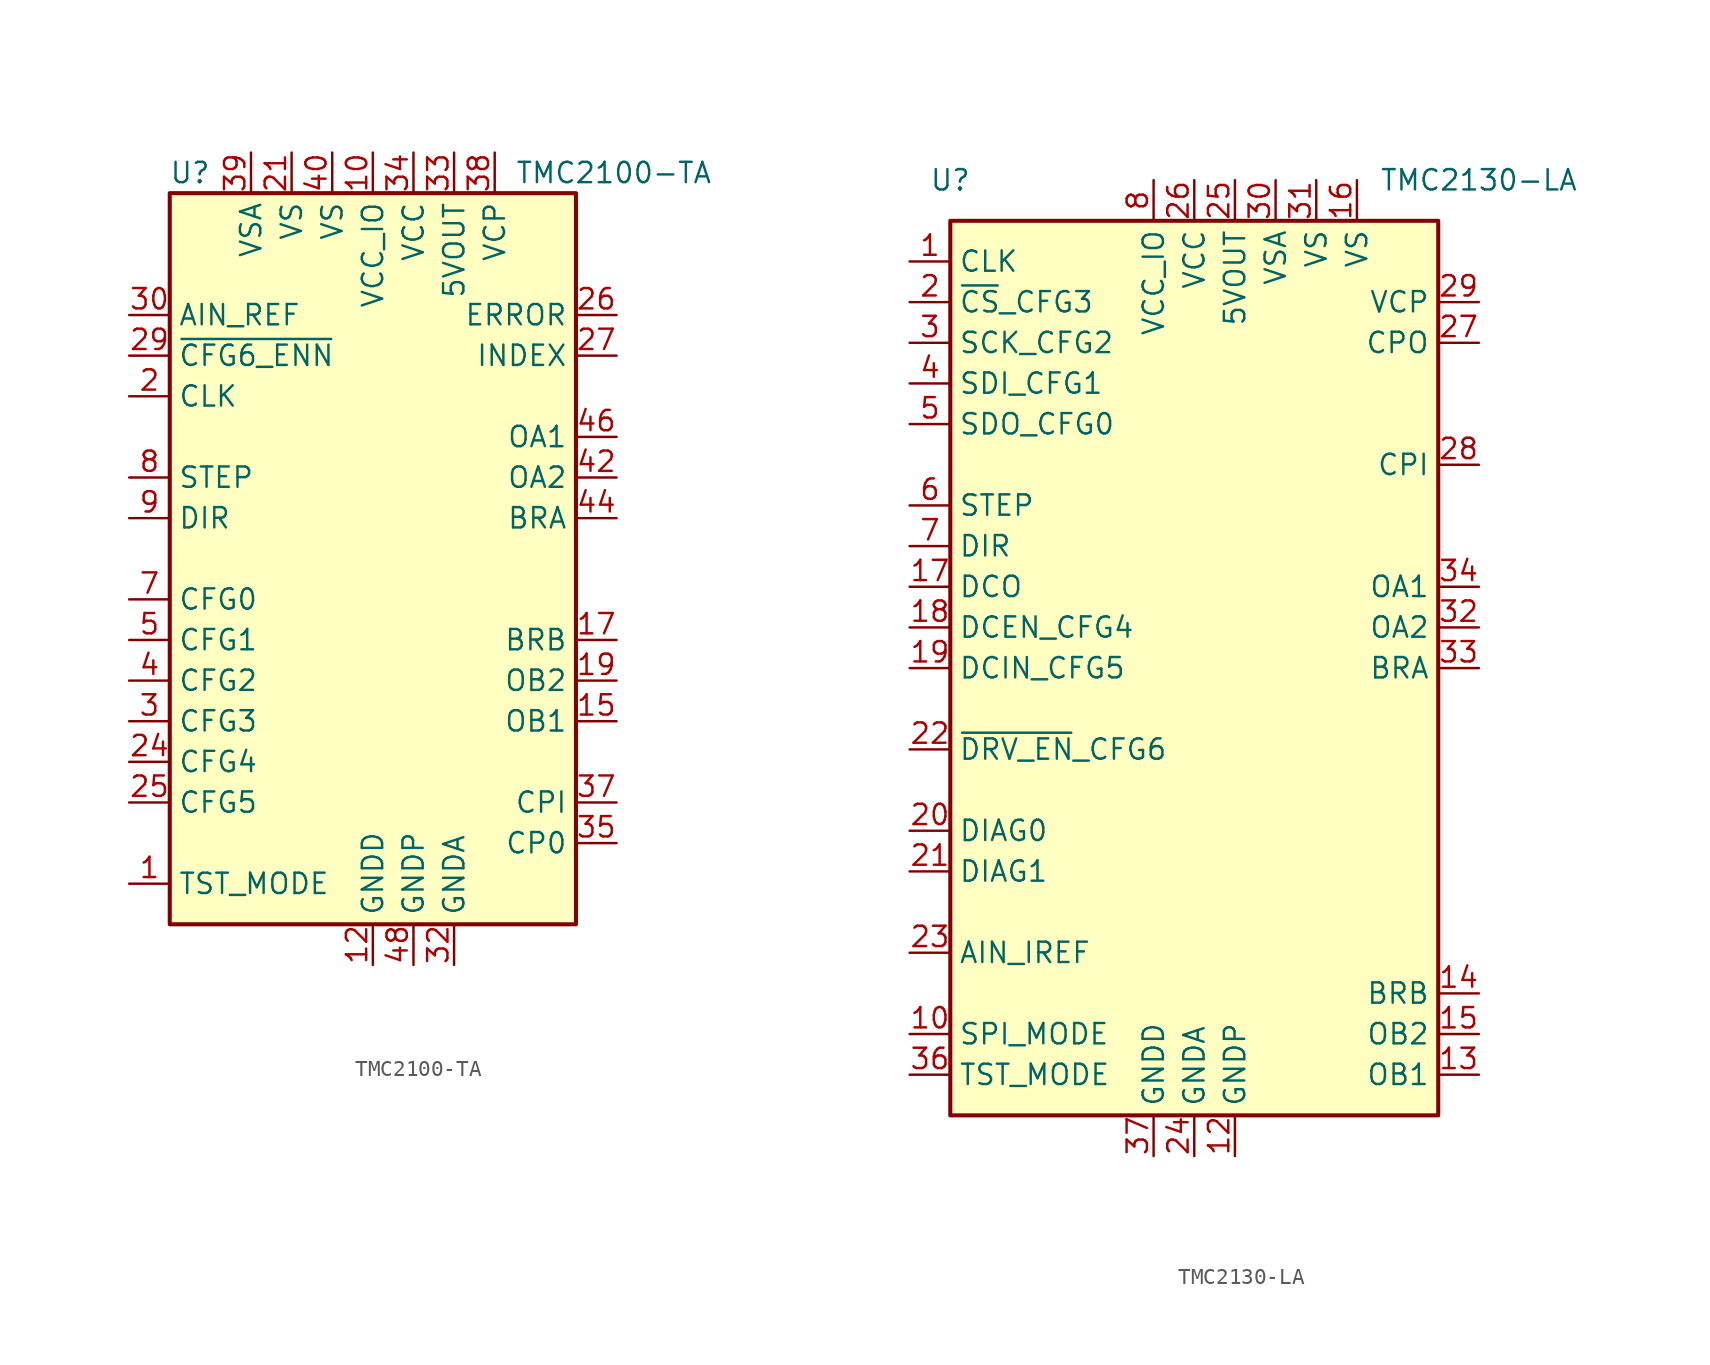
<source format=kicad_sym>
(kicad_symbol_lib
  (version 20201005)
  (generator kicad_symbol_editor)
  (symbol "TMC2100-TA"
    (property "Reference" "U"
      (at -11.43 24.13 0)
      (effects (font (size 1.27 1.27))))
    (property "Value" "TMC2100-TA"
      (at 8.89 24.13 0)
      (effects (font (size 1.27 1.27)) (justify left)))
    (symbol "TMC2100-TA_0_1"
      (rectangle (start -12.7 22.86) (end 12.7 -22.86) (stroke (width 0.254)) (fill (type background))))
    (symbol "TMC2100-TA_1_1"
      (pin input line (at -15.24 -20.32 0) (length 2.54) (name "TST_MODE" (effects (font (size 1.27 1.27)))) (number "1" (effects (font (size 1.27 1.27)))))
      (pin power_in line (at 0 25.4 270) (length 2.54) (name "VCC_IO" (effects (font (size 1.27 1.27)))) (number "10" (effects (font (size 1.27 1.27)))))
      (pin no_connect line (at -12.7 17.78 0) (length 2.54) hide (name "DNC" (effects (font (size 1.27 1.27)))) (number "11" (effects (font (size 1.27 1.27)))))
      (pin power_in line (at 0 -25.4 90) (length 2.54) (name "GNDD" (effects (font (size 1.27 1.27)))) (number "12" (effects (font (size 1.27 1.27)))))
      (pin passive line (at 2.54 -25.4 90) (length 2.54) hide (name "GNDP" (effects (font (size 1.27 1.27)))) (number "13" (effects (font (size 1.27 1.27)))))
      (pin no_connect line (at -12.7 7.62 0) (length 2.54) hide (name "DNC" (effects (font (size 1.27 1.27)))) (number "14" (effects (font (size 1.27 1.27)))))
      (pin output line (at 15.24 -10.16 180) (length 2.54) (name "OB1" (effects (font (size 1.27 1.27)))) (number "15" (effects (font (size 1.27 1.27)))))
      (pin no_connect line (at -12.7 0 0) (length 2.54) hide (name "DNC" (effects (font (size 1.27 1.27)))) (number "16" (effects (font (size 1.27 1.27)))))
      (pin passive line (at 15.24 -5.08 180) (length 2.54) (name "BRB" (effects (font (size 1.27 1.27)))) (number "17" (effects (font (size 1.27 1.27)))))
      (pin no_connect line (at -12.7 -17.78 0) (length 2.54) hide (name "DNC" (effects (font (size 1.27 1.27)))) (number "18" (effects (font (size 1.27 1.27)))))
      (pin output line (at 15.24 -7.62 180) (length 2.54) (name "OB2" (effects (font (size 1.27 1.27)))) (number "19" (effects (font (size 1.27 1.27)))))
      (pin input line (at -15.24 10.16 0) (length 2.54) (name "CLK" (effects (font (size 1.27 1.27)))) (number "2" (effects (font (size 1.27 1.27)))))
      (pin no_connect line (at 12.7 17.78 180) (length 2.54) hide (name "DNC" (effects (font (size 1.27 1.27)))) (number "20" (effects (font (size 1.27 1.27)))))
      (pin power_in line (at -5.08 25.4 270) (length 2.54) (name "VS" (effects (font (size 1.27 1.27)))) (number "21" (effects (font (size 1.27 1.27)))))
      (pin no_connect line (at 7.62 -22.86 90) (length 2.54) hide (name "DNC" (effects (font (size 1.27 1.27)))) (number "22" (effects (font (size 1.27 1.27)))))
      (pin no_connect line (at 12.7 20.32 180) (length 2.54) hide (name "DNC" (effects (font (size 1.27 1.27)))) (number "23" (effects (font (size 1.27 1.27)))))
      (pin input line (at -15.24 -12.7 0) (length 2.54) (name "CFG4" (effects (font (size 1.27 1.27)))) (number "24" (effects (font (size 1.27 1.27)))))
      (pin input line (at -15.24 -15.24 0) (length 2.54) (name "CFG5" (effects (font (size 1.27 1.27)))) (number "25" (effects (font (size 1.27 1.27)))))
      (pin open_collector line (at 15.24 15.24 180) (length 2.54) (name "ERROR" (effects (font (size 1.27 1.27)))) (number "26" (effects (font (size 1.27 1.27)))))
      (pin open_collector line (at 15.24 12.7 180) (length 2.54) (name "INDEX" (effects (font (size 1.27 1.27)))) (number "27" (effects (font (size 1.27 1.27)))))
      (pin no_connect line (at 12.7 -20.32 180) (length 2.54) hide (name "DNC" (effects (font (size 1.27 1.27)))) (number "28" (effects (font (size 1.27 1.27)))))
      (pin input line (at -15.24 12.7 0) (length 2.54) (name "~CFG6_ENN" (effects (font (size 1.27 1.27)))) (number "29" (effects (font (size 1.27 1.27)))))
      (pin input line (at -15.24 -10.16 0) (length 2.54) (name "CFG3" (effects (font (size 1.27 1.27)))) (number "3" (effects (font (size 1.27 1.27)))))
      (pin input line (at -15.24 15.24 0) (length 2.54) (name "AIN_REF" (effects (font (size 1.27 1.27)))) (number "30" (effects (font (size 1.27 1.27)))))
      (pin passive line (at 0 -25.4 90) (length 2.54) hide (name "GNDD" (effects (font (size 1.27 1.27)))) (number "31" (effects (font (size 1.27 1.27)))))
      (pin power_in line (at 5.08 -25.4 90) (length 2.54) (name "GNDA" (effects (font (size 1.27 1.27)))) (number "32" (effects (font (size 1.27 1.27)))))
      (pin power_out line (at 5.08 25.4 270) (length 2.54) (name "5VOUT" (effects (font (size 1.27 1.27)))) (number "33" (effects (font (size 1.27 1.27)))))
      (pin power_in line (at 2.54 25.4 270) (length 2.54) (name "VCC" (effects (font (size 1.27 1.27)))) (number "34" (effects (font (size 1.27 1.27)))))
      (pin passive line (at 15.24 -17.78 180) (length 2.54) (name "CP0" (effects (font (size 1.27 1.27)))) (number "35" (effects (font (size 1.27 1.27)))))
      (pin passive line (at 0 -25.4 90) (length 2.54) hide (name "GNDD" (effects (font (size 1.27 1.27)))) (number "36" (effects (font (size 1.27 1.27)))))
      (pin passive line (at 15.24 -15.24 180) (length 2.54) (name "CPI" (effects (font (size 1.27 1.27)))) (number "37" (effects (font (size 1.27 1.27)))))
      (pin passive line (at 7.62 25.4 270) (length 2.54) (name "VCP" (effects (font (size 1.27 1.27)))) (number "38" (effects (font (size 1.27 1.27)))))
      (pin power_in line (at -7.62 25.4 270) (length 2.54) (name "VSA" (effects (font (size 1.27 1.27)))) (number "39" (effects (font (size 1.27 1.27)))))
      (pin input line (at -15.24 -7.62 0) (length 2.54) (name "CFG2" (effects (font (size 1.27 1.27)))) (number "4" (effects (font (size 1.27 1.27)))))
      (pin power_in line (at -2.54 25.4 270) (length 2.54) (name "VS" (effects (font (size 1.27 1.27)))) (number "40" (effects (font (size 1.27 1.27)))))
      (pin no_connect line (at 12.7 -12.7 180) (length 2.54) hide (name "DNC" (effects (font (size 1.27 1.27)))) (number "41" (effects (font (size 1.27 1.27)))))
      (pin output line (at 15.24 5.08 180) (length 2.54) (name "OA2" (effects (font (size 1.27 1.27)))) (number "42" (effects (font (size 1.27 1.27)))))
      (pin no_connect line (at 12.7 -2.54 180) (length 2.54) hide (name "DNC" (effects (font (size 1.27 1.27)))) (number "43" (effects (font (size 1.27 1.27)))))
      (pin passive line (at 15.24 2.54 180) (length 2.54) (name "BRA" (effects (font (size 1.27 1.27)))) (number "44" (effects (font (size 1.27 1.27)))))
      (pin no_connect line (at 12.7 0 180) (length 2.54) hide (name "DNC" (effects (font (size 1.27 1.27)))) (number "45" (effects (font (size 1.27 1.27)))))
      (pin output line (at 15.24 7.62 180) (length 2.54) (name "OA1" (effects (font (size 1.27 1.27)))) (number "46" (effects (font (size 1.27 1.27)))))
      (pin no_connect line (at 12.7 10.16 180) (length 2.54) hide (name "DNC" (effects (font (size 1.27 1.27)))) (number "47" (effects (font (size 1.27 1.27)))))
      (pin power_in line (at 2.54 -25.4 90) (length 2.54) (name "GNDP" (effects (font (size 1.27 1.27)))) (number "48" (effects (font (size 1.27 1.27)))))
      (pin passive line (at 0 -25.4 90) (length 2.54) hide (name "GNDD" (effects (font (size 1.27 1.27)))) (number "49" (effects (font (size 1.27 1.27)))))
      (pin input line (at -15.24 -5.08 0) (length 2.54) (name "CFG1" (effects (font (size 1.27 1.27)))) (number "5" (effects (font (size 1.27 1.27)))))
      (pin passive line (at 0 -25.4 90) (length 2.54) hide (name "GNDD" (effects (font (size 1.27 1.27)))) (number "6" (effects (font (size 1.27 1.27)))))
      (pin input line (at -15.24 -2.54 0) (length 2.54) (name "CFG0" (effects (font (size 1.27 1.27)))) (number "7" (effects (font (size 1.27 1.27)))))
      (pin input line (at -15.24 5.08 0) (length 2.54) (name "STEP" (effects (font (size 1.27 1.27)))) (number "8" (effects (font (size 1.27 1.27)))))
      (pin input line (at -15.24 2.54 0) (length 2.54) (name "DIR" (effects (font (size 1.27 1.27)))) (number "9" (effects (font (size 1.27 1.27)))))))
  (symbol "TMC2130-LA"
    (property "Reference" "U"
      (at -15.24 30.48 0)
      (effects (font (size 1.27 1.27))))
    (property "Value" "TMC2130-LA"
      (at 17.78 30.48 0)
      (effects (font (size 1.27 1.27))))
    (symbol "TMC2130-LA_0_1"
      (rectangle (start -15.24 27.94) (end 15.24 -27.94) (stroke (width 0.254)) (fill (type background))))
    (symbol "TMC2130-LA_1_1"
      (pin input line (at -17.78 25.4 0) (length 2.54) (name "CLK" (effects (font (size 1.27 1.27)))) (number "1" (effects (font (size 1.27 1.27)))))
      (pin input line (at -17.78 -22.86 0) (length 2.54) (name "SPI_MODE" (effects (font (size 1.27 1.27)))) (number "10" (effects (font (size 1.27 1.27)))))
      (pin passive line (at -2.54 -30.48 90) (length 2.54) hide (name "GNDD" (effects (font (size 1.27 1.27)))) (number "11" (effects (font (size 1.27 1.27)))))
      (pin power_in line (at 2.54 -30.48 90) (length 2.54) (name "GNDP" (effects (font (size 1.27 1.27)))) (number "12" (effects (font (size 1.27 1.27)))))
      (pin output line (at 17.78 -25.4 180) (length 2.54) (name "OB1" (effects (font (size 1.27 1.27)))) (number "13" (effects (font (size 1.27 1.27)))))
      (pin passive line (at 17.78 -20.32 180) (length 2.54) (name "BRB" (effects (font (size 1.27 1.27)))) (number "14" (effects (font (size 1.27 1.27)))))
      (pin output line (at 17.78 -22.86 180) (length 2.54) (name "OB2" (effects (font (size 1.27 1.27)))) (number "15" (effects (font (size 1.27 1.27)))))
      (pin power_in line (at 10.16 30.48 270) (length 2.54) (name "VS" (effects (font (size 1.27 1.27)))) (number "16" (effects (font (size 1.27 1.27)))))
      (pin output line (at -17.78 5.08 0) (length 2.54) (name "DCO" (effects (font (size 1.27 1.27)))) (number "17" (effects (font (size 1.27 1.27)))))
      (pin input line (at -17.78 2.54 0) (length 2.54) (name "DCEN_CFG4" (effects (font (size 1.27 1.27)))) (number "18" (effects (font (size 1.27 1.27)))))
      (pin input line (at -17.78 0 0) (length 2.54) (name "DCIN_CFG5" (effects (font (size 1.27 1.27)))) (number "19" (effects (font (size 1.27 1.27)))))
      (pin input line (at -17.78 22.86 0) (length 2.54) (name "~CS~_CFG3" (effects (font (size 1.27 1.27)))) (number "2" (effects (font (size 1.27 1.27)))))
      (pin output line (at -17.78 -10.16 0) (length 2.54) (name "DIAG0" (effects (font (size 1.27 1.27)))) (number "20" (effects (font (size 1.27 1.27)))))
      (pin output line (at -17.78 -12.7 0) (length 2.54) (name "DIAG1" (effects (font (size 1.27 1.27)))) (number "21" (effects (font (size 1.27 1.27)))))
      (pin input line (at -17.78 -5.08 0) (length 2.54) (name "~DRV_EN~_CFG6" (effects (font (size 1.27 1.27)))) (number "22" (effects (font (size 1.27 1.27)))))
      (pin input line (at -17.78 -17.78 0) (length 2.54) (name "AIN_IREF" (effects (font (size 1.27 1.27)))) (number "23" (effects (font (size 1.27 1.27)))))
      (pin power_in line (at 0 -30.48 90) (length 2.54) (name "GNDA" (effects (font (size 1.27 1.27)))) (number "24" (effects (font (size 1.27 1.27)))))
      (pin power_out line (at 2.54 30.48 270) (length 2.54) (name "5VOUT" (effects (font (size 1.27 1.27)))) (number "25" (effects (font (size 1.27 1.27)))))
      (pin power_in line (at 0 30.48 270) (length 2.54) (name "VCC" (effects (font (size 1.27 1.27)))) (number "26" (effects (font (size 1.27 1.27)))))
      (pin passive line (at 17.78 20.32 180) (length 2.54) (name "CPO" (effects (font (size 1.27 1.27)))) (number "27" (effects (font (size 1.27 1.27)))))
      (pin passive line (at 17.78 12.7 180) (length 2.54) (name "CPI" (effects (font (size 1.27 1.27)))) (number "28" (effects (font (size 1.27 1.27)))))
      (pin passive line (at 17.78 22.86 180) (length 2.54) (name "VCP" (effects (font (size 1.27 1.27)))) (number "29" (effects (font (size 1.27 1.27)))))
      (pin input line (at -17.78 20.32 0) (length 2.54) (name "SCK_CFG2" (effects (font (size 1.27 1.27)))) (number "3" (effects (font (size 1.27 1.27)))))
      (pin power_in line (at 5.08 30.48 270) (length 2.54) (name "VSA" (effects (font (size 1.27 1.27)))) (number "30" (effects (font (size 1.27 1.27)))))
      (pin power_in line (at 7.62 30.48 270) (length 2.54) (name "VS" (effects (font (size 1.27 1.27)))) (number "31" (effects (font (size 1.27 1.27)))))
      (pin output line (at 17.78 2.54 180) (length 2.54) (name "OA2" (effects (font (size 1.27 1.27)))) (number "32" (effects (font (size 1.27 1.27)))))
      (pin passive line (at 17.78 0 180) (length 2.54) (name "BRA" (effects (font (size 1.27 1.27)))) (number "33" (effects (font (size 1.27 1.27)))))
      (pin output line (at 17.78 5.08 180) (length 2.54) (name "OA1" (effects (font (size 1.27 1.27)))) (number "34" (effects (font (size 1.27 1.27)))))
      (pin passive line (at 2.54 -30.48 90) (length 2.54) hide (name "GNDP" (effects (font (size 1.27 1.27)))) (number "35" (effects (font (size 1.27 1.27)))))
      (pin input line (at -17.78 -25.4 0) (length 2.54) (name "TST_MODE" (effects (font (size 1.27 1.27)))) (number "36" (effects (font (size 1.27 1.27)))))
      (pin power_in line (at -2.54 -30.48 90) (length 2.54) (name "GNDD" (effects (font (size 1.27 1.27)))) (number "37" (effects (font (size 1.27 1.27)))))
      (pin input line (at -17.78 17.78 0) (length 2.54) (name "SDI_CFG1" (effects (font (size 1.27 1.27)))) (number "4" (effects (font (size 1.27 1.27)))))
      (pin bidirectional line (at -17.78 15.24 0) (length 2.54) (name "SDO_CFG0" (effects (font (size 1.27 1.27)))) (number "5" (effects (font (size 1.27 1.27)))))
      (pin input line (at -17.78 10.16 0) (length 2.54) (name "STEP" (effects (font (size 1.27 1.27)))) (number "6" (effects (font (size 1.27 1.27)))))
      (pin input line (at -17.78 7.62 0) (length 2.54) (name "DIR" (effects (font (size 1.27 1.27)))) (number "7" (effects (font (size 1.27 1.27)))))
      (pin power_in line (at -2.54 30.48 270) (length 2.54) (name "VCC_IO" (effects (font (size 1.27 1.27)))) (number "8" (effects (font (size 1.27 1.27)))))
      (pin no_connect line (at 15.24 17.78 180) (length 2.54) hide (name "DNC" (effects (font (size 1.27 1.27)))) (number "9" (effects (font (size 1.27 1.27))))))))
</source>
